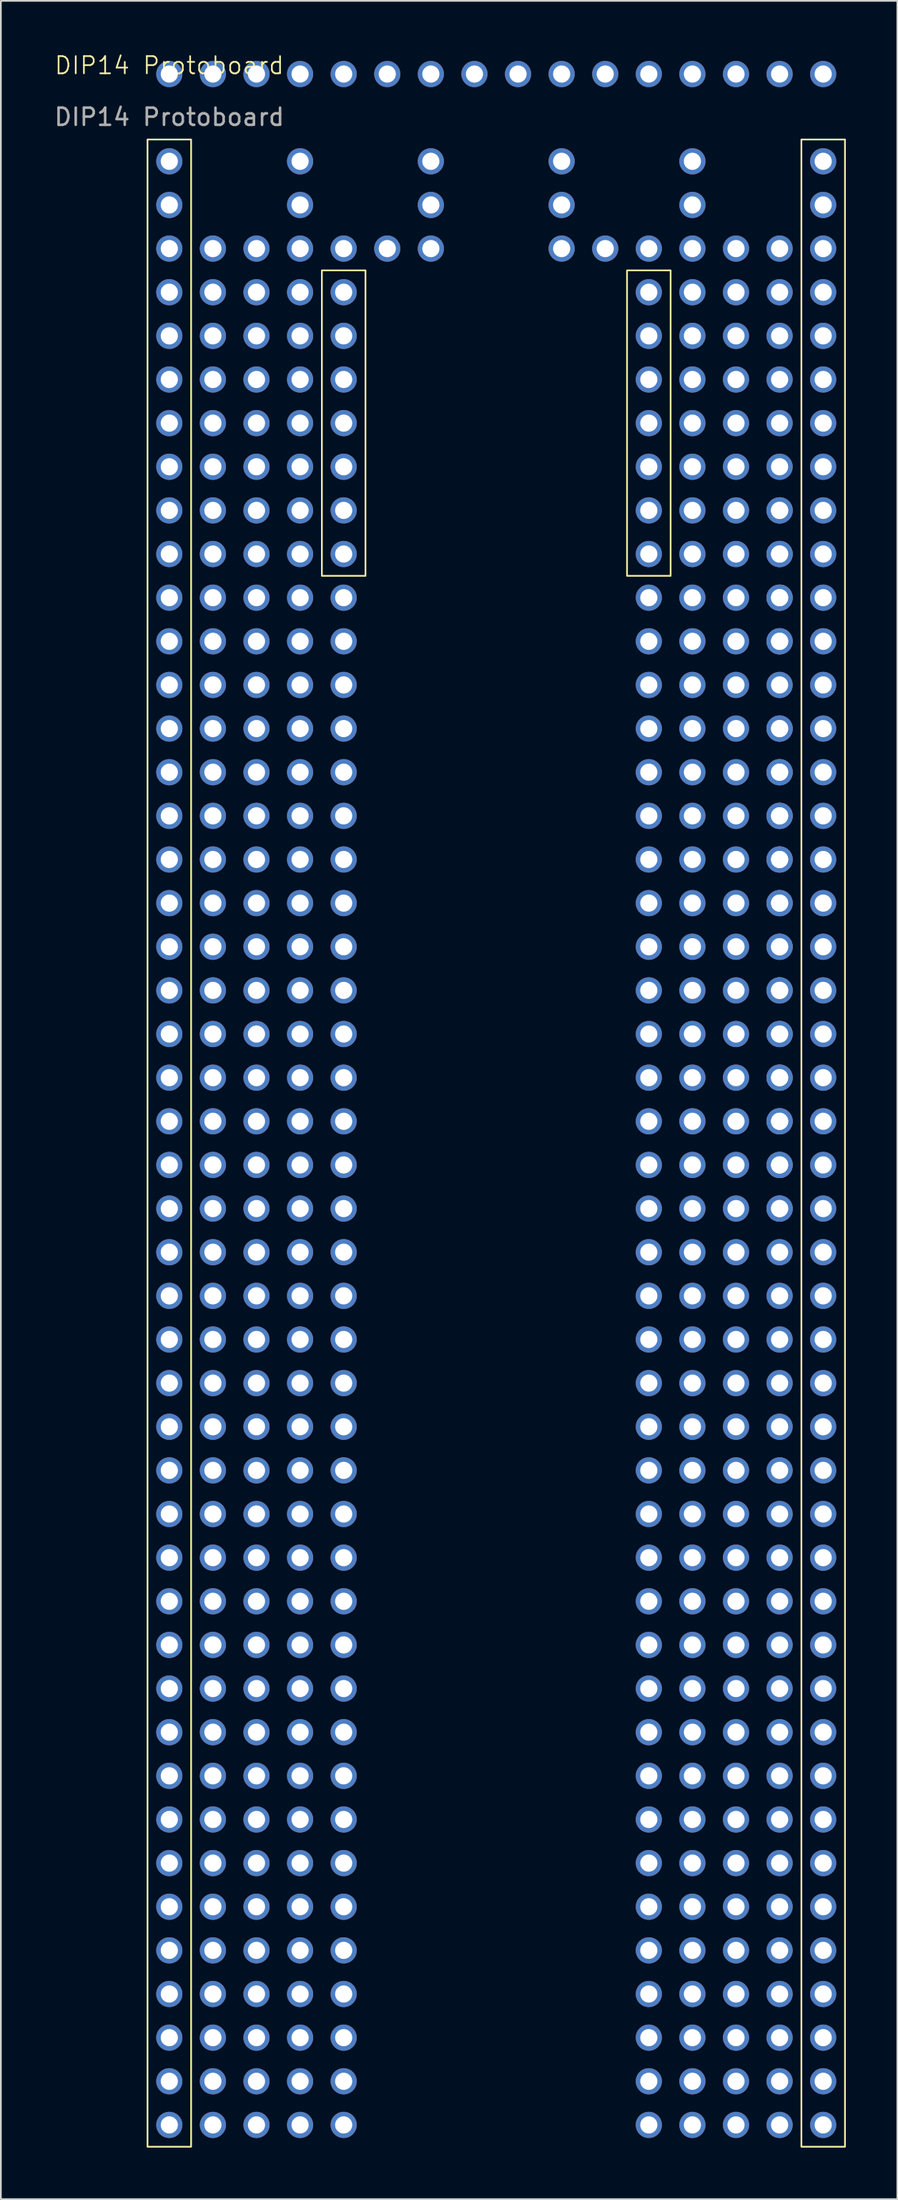
<source format=kicad_pcb>
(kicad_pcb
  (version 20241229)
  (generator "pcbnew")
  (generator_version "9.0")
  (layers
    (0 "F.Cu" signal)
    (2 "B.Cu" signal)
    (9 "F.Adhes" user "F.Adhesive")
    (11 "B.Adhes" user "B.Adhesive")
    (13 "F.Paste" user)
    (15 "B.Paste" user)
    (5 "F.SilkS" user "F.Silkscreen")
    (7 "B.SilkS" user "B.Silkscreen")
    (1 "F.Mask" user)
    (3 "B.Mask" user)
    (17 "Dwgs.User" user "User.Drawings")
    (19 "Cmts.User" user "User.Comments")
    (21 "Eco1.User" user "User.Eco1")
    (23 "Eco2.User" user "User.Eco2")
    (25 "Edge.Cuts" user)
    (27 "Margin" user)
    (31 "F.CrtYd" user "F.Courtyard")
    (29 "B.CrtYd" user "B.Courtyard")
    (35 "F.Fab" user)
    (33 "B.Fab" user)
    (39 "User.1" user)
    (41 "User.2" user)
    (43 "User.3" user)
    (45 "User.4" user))
  (footprint "DIP14 Protoboard"
    (layer "F.Cu")
    (at 6.815 1.26)
    (property "Reference" "DIP14 Protoboard" (at 0 -0.5 0) (unlocked yes) (layer "F.SilkS") (effects (font (size 1 1) (thickness 0.1))))
    (attr through_hole)
    (fp_rect (start -1.27 3.81) (end 1.27 120.65) (stroke (width 0.1) (type default)) (fill no) (layer "F.SilkS"))
    (fp_rect (start 8.89 11.43) (end 11.43 29.21) (stroke (width 0.1) (type default)) (fill no) (layer "F.SilkS"))
    (fp_rect (start 26.67 11.43) (end 29.21 29.21) (stroke (width 0.1) (type default)) (fill no) (layer "F.SilkS"))
    (fp_rect (start 36.83 3.81) (end 39.37 120.65) (stroke (width 0.1) (type default)) (fill no) (layer "F.SilkS"))
    (fp_text user "${REFERENCE}" (at 0 2.5 0) (unlocked yes) (layer "F.Fab") (effects (font (size 1 1) (thickness 0.15))))
    (pad "1" thru_hole circle (at 0 0) (size 1.525 1.525) (drill 1) (layers "*.Cu" "*.Mask"))
    (pad "1" thru_hole circle (at 7.62 109.22) (size 1.525 1.525) (drill 1) (layers "*.Cu" "*.Mask"))
    (pad "1" thru_hole circle (at 27.94 106.68) (size 1.525 1.525) (drill 1) (layers "*.Cu" "*.Mask"))
    (pad "2" thru_hole circle (at 2.54 0) (size 1.525 1.525) (drill 1) (layers "*.Cu" "*.Mask"))
    (pad "2" thru_hole circle (at 7.62 111.76) (size 1.525 1.525) (drill 1) (layers "*.Cu" "*.Mask"))
    (pad "3" thru_hole circle (at 5.08 0) (size 1.525 1.525) (drill 1) (layers "*.Cu" "*.Mask"))
    (pad "3" thru_hole circle (at 7.62 114.3) (size 1.525 1.525) (drill 1) (layers "*.Cu" "*.Mask"))
    (pad "4" thru_hole circle (at 7.62 0) (size 1.525 1.525) (drill 1) (layers "*.Cu" "*.Mask"))
    (pad "4" thru_hole circle (at 7.62 116.84) (size 1.525 1.525) (drill 1) (layers "*.Cu" "*.Mask"))
    (pad "5" thru_hole circle (at 7.62 119.38) (size 1.525 1.525) (drill 1) (layers "*.Cu" "*.Mask"))
    (pad "5" thru_hole circle (at 10.16 0) (size 1.525 1.525) (drill 1) (layers "*.Cu" "*.Mask"))
    (pad "6" thru_hole circle (at 12.7 0) (size 1.525 1.525) (drill 1) (layers "*.Cu" "*.Mask"))
    (pad "6" thru_hole circle (at 27.94 109.22) (size 1.525 1.525) (drill 1) (layers "*.Cu" "*.Mask"))
    (pad "7" thru_hole circle (at 15.24 0) (size 1.525 1.525) (drill 1) (layers "*.Cu" "*.Mask"))
    (pad "7" thru_hole circle (at 30.48 109.22) (size 1.525 1.525) (drill 1) (layers "*.Cu" "*.Mask"))
    (pad "8" thru_hole circle (at 17.78 0) (size 1.525 1.525) (drill 1) (layers "*.Cu" "*.Mask"))
    (pad "8" thru_hole circle (at 33.02 109.22) (size 1.525 1.525) (drill 1) (layers "*.Cu" "*.Mask"))
    (pad "9" thru_hole circle (at 20.32 0) (size 1.525 1.525) (drill 1) (layers "*.Cu" "*.Mask"))
    (pad "9" thru_hole circle (at 35.56 109.22) (size 1.525 1.525) (drill 1) (layers "*.Cu" "*.Mask"))
    (pad "10" thru_hole circle (at 22.86 0) (size 1.525 1.525) (drill 1) (layers "*.Cu" "*.Mask"))
    (pad "10" thru_hole circle (at 38.1 109.22) (size 1.525 1.525) (drill 1) (layers "*.Cu" "*.Mask"))
    (pad "11" thru_hole circle (at 25.4 0) (size 1.525 1.525) (drill 1) (layers "*.Cu" "*.Mask"))
    (pad "11" thru_hole circle (at 27.94 111.76) (size 1.525 1.525) (drill 1) (layers "*.Cu" "*.Mask"))
    (pad "12" thru_hole circle (at 27.94 0) (size 1.525 1.525) (drill 1) (layers "*.Cu" "*.Mask"))
    (pad "12" thru_hole circle (at 30.48 111.76) (size 1.525 1.525) (drill 1) (layers "*.Cu" "*.Mask"))
    (pad "13" thru_hole circle (at 30.48 0) (size 1.525 1.525) (drill 1) (layers "*.Cu" "*.Mask"))
    (pad "13" thru_hole circle (at 33.02 111.76) (size 1.525 1.525) (drill 1) (layers "*.Cu" "*.Mask"))
    (pad "14" thru_hole circle (at 33.02 0) (size 1.525 1.525) (drill 1) (layers "*.Cu" "*.Mask"))
    (pad "14" thru_hole circle (at 35.56 111.76) (size 1.525 1.525) (drill 1) (layers "*.Cu" "*.Mask"))
    (pad "15" thru_hole circle (at 35.56 0) (size 1.525 1.525) (drill 1) (layers "*.Cu" "*.Mask"))
    (pad "15" thru_hole circle (at 38.1 111.76) (size 1.525 1.525) (drill 1) (layers "*.Cu" "*.Mask"))
    (pad "16" thru_hole circle (at 27.94 114.3) (size 1.525 1.525) (drill 1) (layers "*.Cu" "*.Mask"))
    (pad "16" thru_hole circle (at 38.1 0) (size 1.525 1.525) (drill 1) (layers "*.Cu" "*.Mask"))
    (pad "17" thru_hole circle (at 0 5.08) (size 1.525 1.525) (drill 1) (layers "*.Cu" "*.Mask"))
    (pad "17" thru_hole circle (at 30.48 114.3) (size 1.525 1.525) (drill 1) (layers "*.Cu" "*.Mask"))
    (pad "18" thru_hole circle (at 7.62 5.08) (size 1.525 1.525) (drill 1) (layers "*.Cu" "*.Mask"))
    (pad "18" thru_hole circle (at 33.02 114.3) (size 1.525 1.525) (drill 1) (layers "*.Cu" "*.Mask"))
    (pad "19" thru_hole circle (at 15.24 5.08) (size 1.525 1.525) (drill 1) (layers "*.Cu" "*.Mask"))
    (pad "19" thru_hole circle (at 35.56 114.3) (size 1.525 1.525) (drill 1) (layers "*.Cu" "*.Mask"))
    (pad "20" thru_hole circle (at 7.62 58.42) (size 1.525 1.525) (drill 1) (layers "*.Cu" "*.Mask"))
    (pad "20" thru_hole circle (at 22.86 5.08) (size 1.525 1.525) (drill 1) (layers "*.Cu" "*.Mask"))
    (pad "20" thru_hole circle (at 38.1 114.3) (size 1.525 1.525) (drill 1) (layers "*.Cu" "*.Mask"))
    (pad "21" thru_hole circle (at 7.62 60.96) (size 1.525 1.525) (drill 1) (layers "*.Cu" "*.Mask"))
    (pad "21" thru_hole circle (at 27.94 116.84) (size 1.525 1.525) (drill 1) (layers "*.Cu" "*.Mask"))
    (pad "21" thru_hole circle (at 30.48 5.08) (size 1.525 1.525) (drill 1) (layers "*.Cu" "*.Mask"))
    (pad "22" thru_hole circle (at 7.62 63.5) (size 1.525 1.525) (drill 1) (layers "*.Cu" "*.Mask"))
    (pad "22" thru_hole circle (at 30.48 116.84) (size 1.525 1.525) (drill 1) (layers "*.Cu" "*.Mask"))
    (pad "22" thru_hole circle (at 38.1 5.08) (size 1.525 1.525) (drill 1) (layers "*.Cu" "*.Mask"))
    (pad "23" thru_hole circle (at 0 7.62) (size 1.525 1.525) (drill 1) (layers "*.Cu" "*.Mask"))
    (pad "23" thru_hole circle (at 7.62 66.04) (size 1.525 1.525) (drill 1) (layers "*.Cu" "*.Mask"))
    (pad "23" thru_hole circle (at 33.02 116.84) (size 1.525 1.525) (drill 1) (layers "*.Cu" "*.Mask"))
    (pad "24" thru_hole circle (at 7.62 7.62) (size 1.525 1.525) (drill 1) (layers "*.Cu" "*.Mask"))
    (pad "24" thru_hole circle (at 7.62 68.58) (size 1.525 1.525) (drill 1) (layers "*.Cu" "*.Mask"))
    (pad "24" thru_hole circle (at 10.16 58.42) (size 1.525 1.525) (drill 1) (layers "*.Cu" "*.Mask"))
    (pad "24" thru_hole circle (at 35.56 116.84) (size 1.525 1.525) (drill 1) (layers "*.Cu" "*.Mask"))
    (pad "25" thru_hole circle (at 7.62 71.12) (size 1.525 1.525) (drill 1) (layers "*.Cu" "*.Mask"))
    (pad "25" thru_hole circle (at 10.16 60.96) (size 1.525 1.525) (drill 1) (layers "*.Cu" "*.Mask"))
    (pad "25" thru_hole circle (at 15.24 7.62) (size 1.525 1.525) (drill 1) (layers "*.Cu" "*.Mask"))
    (pad "25" thru_hole circle (at 38.1 116.84) (size 1.525 1.525) (drill 1) (layers "*.Cu" "*.Mask"))
    (pad "26" thru_hole circle (at 7.62 73.66) (size 1.525 1.525) (drill 1) (layers "*.Cu" "*.Mask"))
    (pad "26" thru_hole circle (at 10.16 63.5) (size 1.525 1.525) (drill 1) (layers "*.Cu" "*.Mask"))
    (pad "26" thru_hole circle (at 22.86 7.62) (size 1.525 1.525) (drill 1) (layers "*.Cu" "*.Mask"))
    (pad "26" thru_hole circle (at 27.94 119.38) (size 1.525 1.525) (drill 1) (layers "*.Cu" "*.Mask"))
    (pad "27" thru_hole circle (at 7.62 76.2) (size 1.525 1.525) (drill 1) (layers "*.Cu" "*.Mask"))
    (pad "27" thru_hole circle (at 10.16 66.04) (size 1.525 1.525) (drill 1) (layers "*.Cu" "*.Mask"))
    (pad "27" thru_hole circle (at 30.48 7.62) (size 1.525 1.525) (drill 1) (layers "*.Cu" "*.Mask"))
    (pad "27" thru_hole circle (at 30.48 119.38) (size 1.525 1.525) (drill 1) (layers "*.Cu" "*.Mask"))
    (pad "28" thru_hole circle (at 7.62 78.74) (size 1.525 1.525) (drill 1) (layers "*.Cu" "*.Mask"))
    (pad "28" thru_hole circle (at 10.16 68.58) (size 1.525 1.525) (drill 1) (layers "*.Cu" "*.Mask"))
    (pad "28" thru_hole circle (at 33.02 119.38) (size 1.525 1.525) (drill 1) (layers "*.Cu" "*.Mask"))
    (pad "28" thru_hole circle (at 38.1 7.62) (size 1.525 1.525) (drill 1) (layers "*.Cu" "*.Mask"))
    (pad "29" thru_hole circle (at 0 10.16) (size 1.525 1.525) (drill 1) (layers "*.Cu" "*.Mask"))
    (pad "29" thru_hole circle (at 7.62 81.28) (size 1.525 1.525) (drill 1) (layers "*.Cu" "*.Mask"))
    (pad "29" thru_hole circle (at 10.16 71.12) (size 1.525 1.525) (drill 1) (layers "*.Cu" "*.Mask"))
    (pad "29" thru_hole circle (at 35.56 119.38) (size 1.525 1.525) (drill 1) (layers "*.Cu" "*.Mask"))
    (pad "30" thru_hole circle (at 2.54 10.16) (size 1.525 1.525) (drill 1) (layers "*.Cu" "*.Mask"))
    (pad "30" thru_hole circle (at 7.62 83.82) (size 1.525 1.525) (drill 1) (layers "*.Cu" "*.Mask"))
    (pad "30" thru_hole circle (at 10.16 73.66) (size 1.525 1.525) (drill 1) (layers "*.Cu" "*.Mask"))
    (pad "30" thru_hole circle (at 38.1 119.38) (size 1.525 1.525) (drill 1) (layers "*.Cu" "*.Mask"))
    (pad "31" thru_hole circle (at 5.08 10.16) (size 1.525 1.525) (drill 1) (layers "*.Cu" "*.Mask"))
    (pad "31" thru_hole circle (at 7.62 86.36) (size 1.525 1.525) (drill 1) (layers "*.Cu" "*.Mask"))
    (pad "31" thru_hole circle (at 10.16 76.2) (size 1.525 1.525) (drill 1) (layers "*.Cu" "*.Mask"))
    (pad "32" thru_hole circle (at 7.62 10.16) (size 1.525 1.525) (drill 1) (layers "*.Cu" "*.Mask"))
    (pad "32" thru_hole circle (at 7.62 88.9) (size 1.525 1.525) (drill 1) (layers "*.Cu" "*.Mask"))
    (pad "32" thru_hole circle (at 10.16 78.74) (size 1.525 1.525) (drill 1) (layers "*.Cu" "*.Mask"))
    (pad "33" thru_hole circle (at 7.62 91.44) (size 1.525 1.525) (drill 1) (layers "*.Cu" "*.Mask"))
    (pad "33" thru_hole circle (at 10.16 10.16) (size 1.525 1.525) (drill 1) (layers "*.Cu" "*.Mask"))
    (pad "33" thru_hole circle (at 10.16 81.28) (size 1.525 1.525) (drill 1) (layers "*.Cu" "*.Mask"))
    (pad "34" thru_hole circle (at 7.62 93.98) (size 1.525 1.525) (drill 1) (layers "*.Cu" "*.Mask"))
    (pad "34" thru_hole circle (at 10.16 83.82) (size 1.525 1.525) (drill 1) (layers "*.Cu" "*.Mask"))
    (pad "34" thru_hole circle (at 12.7 10.16) (size 1.525 1.525) (drill 1) (layers "*.Cu" "*.Mask"))
    (pad "35" thru_hole circle (at 7.62 96.52) (size 1.525 1.525) (drill 1) (layers "*.Cu" "*.Mask"))
    (pad "35" thru_hole circle (at 10.16 86.36) (size 1.525 1.525) (drill 1) (layers "*.Cu" "*.Mask"))
    (pad "35" thru_hole circle (at 15.24 10.16) (size 1.525 1.525) (drill 1) (layers "*.Cu" "*.Mask"))
    (pad "36" thru_hole circle (at 7.62 99.06) (size 1.525 1.525) (drill 1) (layers "*.Cu" "*.Mask"))
    (pad "36" thru_hole circle (at 10.16 88.9) (size 1.525 1.525) (drill 1) (layers "*.Cu" "*.Mask"))
    (pad "36" thru_hole circle (at 22.86 10.16) (size 1.525 1.525) (drill 1) (layers "*.Cu" "*.Mask"))
    (pad "37" thru_hole circle (at 7.62 101.6) (size 1.525 1.525) (drill 1) (layers "*.Cu" "*.Mask"))
    (pad "37" thru_hole circle (at 10.16 91.44) (size 1.525 1.525) (drill 1) (layers "*.Cu" "*.Mask"))
    (pad "37" thru_hole circle (at 25.4 10.16) (size 1.525 1.525) (drill 1) (layers "*.Cu" "*.Mask"))
    (pad "38" thru_hole circle (at 7.62 104.14) (size 1.525 1.525) (drill 1) (layers "*.Cu" "*.Mask"))
    (pad "38" thru_hole circle (at 10.16 93.98) (size 1.525 1.525) (drill 1) (layers "*.Cu" "*.Mask"))
    (pad "38" thru_hole circle (at 27.94 10.16) (size 1.525 1.525) (drill 1) (layers "*.Cu" "*.Mask"))
    (pad "39" thru_hole circle (at 7.62 106.68) (size 1.525 1.525) (drill 1) (layers "*.Cu" "*.Mask"))
    (pad "39" thru_hole circle (at 10.16 96.52) (size 1.525 1.525) (drill 1) (layers "*.Cu" "*.Mask"))
    (pad "39" thru_hole circle (at 30.48 10.16) (size 1.525 1.525) (drill 1) (layers "*.Cu" "*.Mask"))
    (pad "39" thru_hole circle (at 35.56 58.42) (size 1.525 1.525) (drill 1) (layers "*.Cu" "*.Mask"))
    (pad "40" thru_hole circle (at 10.16 99.06) (size 1.525 1.525) (drill 1) (layers "*.Cu" "*.Mask"))
    (pad "40" thru_hole circle (at 33.02 10.16) (size 1.525 1.525) (drill 1) (layers "*.Cu" "*.Mask"))
    (pad "40" thru_hole circle (at 38.1 58.42) (size 1.525 1.525) (drill 1) (layers "*.Cu" "*.Mask"))
    (pad "41" thru_hole circle (at 10.16 101.6) (size 1.525 1.525) (drill 1) (layers "*.Cu" "*.Mask"))
    (pad "41" thru_hole circle (at 35.56 10.16) (size 1.525 1.525) (drill 1) (layers "*.Cu" "*.Mask"))
    (pad "41" thru_hole circle (at 35.56 60.96) (size 1.525 1.525) (drill 1) (layers "*.Cu" "*.Mask"))
    (pad "42" thru_hole circle (at 10.16 104.14) (size 1.525 1.525) (drill 1) (layers "*.Cu" "*.Mask"))
    (pad "42" thru_hole circle (at 38.1 10.16) (size 1.525 1.525) (drill 1) (layers "*.Cu" "*.Mask"))
    (pad "42" thru_hole circle (at 38.1 60.96) (size 1.525 1.525) (drill 1) (layers "*.Cu" "*.Mask"))
    (pad "43" thru_hole circle (at 0 12.7) (size 1.525 1.525) (drill 1) (layers "*.Cu" "*.Mask"))
    (pad "43" thru_hole circle (at 10.16 106.68) (size 1.525 1.525) (drill 1) (layers "*.Cu" "*.Mask"))
    (pad "43" thru_hole circle (at 35.56 63.5) (size 1.525 1.525) (drill 1) (layers "*.Cu" "*.Mask"))
    (pad "44" thru_hole circle (at 2.54 12.7) (size 1.525 1.525) (drill 1) (layers "*.Cu" "*.Mask"))
    (pad "44" thru_hole circle (at 10.16 109.22) (size 1.525 1.525) (drill 1) (layers "*.Cu" "*.Mask"))
    (pad "44" thru_hole circle (at 38.1 63.5) (size 1.525 1.525) (drill 1) (layers "*.Cu" "*.Mask"))
    (pad "45" thru_hole circle (at 5.08 12.7) (size 1.525 1.525) (drill 1) (layers "*.Cu" "*.Mask"))
    (pad "45" thru_hole circle (at 10.16 111.76) (size 1.525 1.525) (drill 1) (layers "*.Cu" "*.Mask"))
    (pad "45" thru_hole circle (at 35.56 66.04) (size 1.525 1.525) (drill 1) (layers "*.Cu" "*.Mask"))
    (pad "46" thru_hole circle (at 7.62 12.7) (size 1.525 1.525) (drill 1) (layers "*.Cu" "*.Mask"))
    (pad "46" thru_hole circle (at 10.16 114.3) (size 1.525 1.525) (drill 1) (layers "*.Cu" "*.Mask"))
    (pad "46" thru_hole circle (at 38.1 66.04) (size 1.525 1.525) (drill 1) (layers "*.Cu" "*.Mask"))
    (pad "47" thru_hole circle (at 10.16 12.7) (size 1.525 1.525) (drill 1) (layers "*.Cu" "*.Mask"))
    (pad "47" thru_hole circle (at 10.16 116.84) (size 1.525 1.525) (drill 1) (layers "*.Cu" "*.Mask"))
    (pad "48" thru_hole circle (at 10.16 119.38) (size 1.525 1.525) (drill 1) (layers "*.Cu" "*.Mask"))
    (pad "48" thru_hole circle (at 27.94 12.7) (size 1.525 1.525) (drill 1) (layers "*.Cu" "*.Mask"))
    (pad "48" thru_hole circle (at 38.1 68.58) (size 1.525 1.525) (drill 1) (layers "*.Cu" "*.Mask"))
    (pad "49" thru_hole circle (at 30.48 12.7) (size 1.525 1.525) (drill 1) (layers "*.Cu" "*.Mask"))
    (pad "50" thru_hole circle (at 33.02 12.7) (size 1.525 1.525) (drill 1) (layers "*.Cu" "*.Mask"))
    (pad "50" thru_hole circle (at 38.1 71.12) (size 1.525 1.525) (drill 1) (layers "*.Cu" "*.Mask"))
    (pad "51" thru_hole circle (at 35.56 12.7) (size 1.525 1.525) (drill 1) (layers "*.Cu" "*.Mask"))
    (pad "52" thru_hole circle (at 38.1 12.7) (size 1.525 1.525) (drill 1) (layers "*.Cu" "*.Mask"))
    (pad "52" thru_hole circle (at 38.1 73.66) (size 1.525 1.525) (drill 1) (layers "*.Cu" "*.Mask"))
    (pad "53" thru_hole circle (at 0 15.24) (size 1.525 1.525) (drill 1) (layers "*.Cu" "*.Mask"))
    (pad "54" thru_hole circle (at 2.54 15.24) (size 1.525 1.525) (drill 1) (layers "*.Cu" "*.Mask"))
    (pad "54" thru_hole circle (at 38.1 76.2) (size 1.525 1.525) (drill 1) (layers "*.Cu" "*.Mask"))
    (pad "55" thru_hole circle (at 5.08 15.24) (size 1.525 1.525) (drill 1) (layers "*.Cu" "*.Mask"))
    (pad "56" thru_hole circle (at 7.62 15.24) (size 1.525 1.525) (drill 1) (layers "*.Cu" "*.Mask"))
    (pad "56" thru_hole circle (at 38.1 78.74) (size 1.525 1.525) (drill 1) (layers "*.Cu" "*.Mask"))
    (pad "57" thru_hole circle (at 10.16 15.24) (size 1.525 1.525) (drill 1) (layers "*.Cu" "*.Mask"))
    (pad "58" thru_hole circle (at 27.94 15.24) (size 1.525 1.525) (drill 1) (layers "*.Cu" "*.Mask"))
    (pad "58" thru_hole circle (at 38.1 81.28) (size 1.525 1.525) (drill 1) (layers "*.Cu" "*.Mask"))
    (pad "59" thru_hole circle (at 30.48 15.24) (size 1.525 1.525) (drill 1) (layers "*.Cu" "*.Mask"))
    (pad "60" thru_hole circle (at 33.02 15.24) (size 1.525 1.525) (drill 1) (layers "*.Cu" "*.Mask"))
    (pad "60" thru_hole circle (at 38.1 83.82) (size 1.525 1.525) (drill 1) (layers "*.Cu" "*.Mask"))
    (pad "61" thru_hole circle (at 35.56 15.24) (size 1.525 1.525) (drill 1) (layers "*.Cu" "*.Mask"))
    (pad "62" thru_hole circle (at 38.1 15.24) (size 1.525 1.525) (drill 1) (layers "*.Cu" "*.Mask"))
    (pad "62" thru_hole circle (at 38.1 86.36) (size 1.525 1.525) (drill 1) (layers "*.Cu" "*.Mask"))
    (pad "63" thru_hole circle (at 0 17.78) (size 1.525 1.525) (drill 1) (layers "*.Cu" "*.Mask"))
    (pad "64" thru_hole circle (at 2.54 17.78) (size 1.525 1.525) (drill 1) (layers "*.Cu" "*.Mask"))
    (pad "64" thru_hole circle (at 38.1 88.9) (size 1.525 1.525) (drill 1) (layers "*.Cu" "*.Mask"))
    (pad "65" thru_hole circle (at 5.08 17.78) (size 1.525 1.525) (drill 1) (layers "*.Cu" "*.Mask"))
    (pad "66" thru_hole circle (at 7.62 17.78) (size 1.525 1.525) (drill 1) (layers "*.Cu" "*.Mask"))
    (pad "66" thru_hole circle (at 38.1 91.44) (size 1.525 1.525) (drill 1) (layers "*.Cu" "*.Mask"))
    (pad "67" thru_hole circle (at 10.16 17.78) (size 1.525 1.525) (drill 1) (layers "*.Cu" "*.Mask"))
    (pad "68" thru_hole circle (at 27.94 17.78) (size 1.525 1.525) (drill 1) (layers "*.Cu" "*.Mask"))
    (pad "68" thru_hole circle (at 38.1 93.98) (size 1.525 1.525) (drill 1) (layers "*.Cu" "*.Mask"))
    (pad "69" thru_hole circle (at 30.48 17.78) (size 1.525 1.525) (drill 1) (layers "*.Cu" "*.Mask"))
    (pad "70" thru_hole circle (at 0 58.42) (size 1.525 1.525) (drill 1) (layers "*.Cu" "*.Mask"))
    (pad "70" thru_hole circle (at 33.02 17.78) (size 1.525 1.525) (drill 1) (layers "*.Cu" "*.Mask"))
    (pad "70" thru_hole circle (at 38.1 96.52) (size 1.525 1.525) (drill 1) (layers "*.Cu" "*.Mask"))
    (pad "71" thru_hole circle (at 2.54 58.42) (size 1.525 1.525) (drill 1) (layers "*.Cu" "*.Mask"))
    (pad "71" thru_hole circle (at 35.56 17.78) (size 1.525 1.525) (drill 1) (layers "*.Cu" "*.Mask"))
    (pad "72" thru_hole circle (at 5.08 58.42) (size 1.525 1.525) (drill 1) (layers "*.Cu" "*.Mask"))
    (pad "72" thru_hole circle (at 38.1 17.78) (size 1.525 1.525) (drill 1) (layers "*.Cu" "*.Mask"))
    (pad "72" thru_hole circle (at 38.1 99.06) (size 1.525 1.525) (drill 1) (layers "*.Cu" "*.Mask"))
    (pad "73" thru_hole circle (at 0 20.32) (size 1.525 1.525) (drill 1) (layers "*.Cu" "*.Mask"))
    (pad "73" thru_hole circle (at 0 60.96) (size 1.525 1.525) (drill 1) (layers "*.Cu" "*.Mask"))
    (pad "74" thru_hole circle (at 2.54 20.32) (size 1.525 1.525) (drill 1) (layers "*.Cu" "*.Mask"))
    (pad "74" thru_hole circle (at 2.54 60.96) (size 1.525 1.525) (drill 1) (layers "*.Cu" "*.Mask"))
    (pad "74" thru_hole circle (at 38.1 101.6) (size 1.525 1.525) (drill 1) (layers "*.Cu" "*.Mask"))
    (pad "75" thru_hole circle (at 5.08 20.32) (size 1.525 1.525) (drill 1) (layers "*.Cu" "*.Mask"))
    (pad "75" thru_hole circle (at 5.08 60.96) (size 1.525 1.525) (drill 1) (layers "*.Cu" "*.Mask"))
    (pad "76" thru_hole circle (at 0 63.5) (size 1.525 1.525) (drill 1) (layers "*.Cu" "*.Mask"))
    (pad "76" thru_hole circle (at 7.62 20.32) (size 1.525 1.525) (drill 1) (layers "*.Cu" "*.Mask"))
    (pad "76" thru_hole circle (at 38.1 104.14) (size 1.525 1.525) (drill 1) (layers "*.Cu" "*.Mask"))
    (pad "77" thru_hole circle (at 2.54 63.5) (size 1.525 1.525) (drill 1) (layers "*.Cu" "*.Mask"))
    (pad "77" thru_hole circle (at 10.16 20.32) (size 1.525 1.525) (drill 1) (layers "*.Cu" "*.Mask"))
    (pad "78" thru_hole circle (at 5.08 63.5) (size 1.525 1.525) (drill 1) (layers "*.Cu" "*.Mask"))
    (pad "78" thru_hole circle (at 27.94 20.32) (size 1.525 1.525) (drill 1) (layers "*.Cu" "*.Mask"))
    (pad "78" thru_hole circle (at 38.1 106.68) (size 1.525 1.525) (drill 1) (layers "*.Cu" "*.Mask"))
    (pad "79" thru_hole circle (at 0 66.04) (size 1.525 1.525) (drill 1) (layers "*.Cu" "*.Mask"))
    (pad "79" thru_hole circle (at 30.48 20.32) (size 1.525 1.525) (drill 1) (layers "*.Cu" "*.Mask"))
    (pad "80" thru_hole circle (at 2.54 66.04) (size 1.525 1.525) (drill 1) (layers "*.Cu" "*.Mask"))
    (pad "80" thru_hole circle (at 33.02 20.32) (size 1.525 1.525) (drill 1) (layers "*.Cu" "*.Mask"))
    (pad "81" thru_hole circle (at 5.08 66.04) (size 1.525 1.525) (drill 1) (layers "*.Cu" "*.Mask"))
    (pad "81" thru_hole circle (at 27.94 58.42) (size 1.525 1.525) (drill 1) (layers "*.Cu" "*.Mask"))
    (pad "81" thru_hole circle (at 35.56 20.32) (size 1.525 1.525) (drill 1) (layers "*.Cu" "*.Mask"))
    (pad "82" thru_hole circle (at 0 68.58) (size 1.525 1.525) (drill 1) (layers "*.Cu" "*.Mask"))
    (pad "82" thru_hole circle (at 30.48 58.42) (size 1.525 1.525) (drill 1) (layers "*.Cu" "*.Mask"))
    (pad "82" thru_hole circle (at 38.1 20.32) (size 1.525 1.525) (drill 1) (layers "*.Cu" "*.Mask"))
    (pad "83" thru_hole circle (at 0 22.86) (size 1.525 1.525) (drill 1) (layers "*.Cu" "*.Mask"))
    (pad "83" thru_hole circle (at 2.54 68.58) (size 1.525 1.525) (drill 1) (layers "*.Cu" "*.Mask"))
    (pad "83" thru_hole circle (at 33.02 58.42) (size 1.525 1.525) (drill 1) (layers "*.Cu" "*.Mask"))
    (pad "84" thru_hole circle (at 2.54 22.86) (size 1.525 1.525) (drill 1) (layers "*.Cu" "*.Mask"))
    (pad "84" thru_hole circle (at 5.08 68.58) (size 1.525 1.525) (drill 1) (layers "*.Cu" "*.Mask"))
    (pad "84" thru_hole circle (at 35.56 58.42) (size 1.525 1.525) (drill 1) (layers "*.Cu" "*.Mask"))
    (pad "85" thru_hole circle (at 0 71.12) (size 1.525 1.525) (drill 1) (layers "*.Cu" "*.Mask"))
    (pad "85" thru_hole circle (at 5.08 22.86) (size 1.525 1.525) (drill 1) (layers "*.Cu" "*.Mask"))
    (pad "85" thru_hole circle (at 27.94 60.96) (size 1.525 1.525) (drill 1) (layers "*.Cu" "*.Mask"))
    (pad "86" thru_hole circle (at 2.54 71.12) (size 1.525 1.525) (drill 1) (layers "*.Cu" "*.Mask"))
    (pad "86" thru_hole circle (at 7.62 22.86) (size 1.525 1.525) (drill 1) (layers "*.Cu" "*.Mask"))
    (pad "86" thru_hole circle (at 30.48 60.96) (size 1.525 1.525) (drill 1) (layers "*.Cu" "*.Mask"))
    (pad "87" thru_hole circle (at 5.08 71.12) (size 1.525 1.525) (drill 1) (layers "*.Cu" "*.Mask"))
    (pad "87" thru_hole circle (at 10.16 22.86) (size 1.525 1.525) (drill 1) (layers "*.Cu" "*.Mask"))
    (pad "87" thru_hole circle (at 33.02 60.96) (size 1.525 1.525) (drill 1) (layers "*.Cu" "*.Mask"))
    (pad "88" thru_hole circle (at 0 73.66) (size 1.525 1.525) (drill 1) (layers "*.Cu" "*.Mask"))
    (pad "88" thru_hole circle (at 27.94 22.86) (size 1.525 1.525) (drill 1) (layers "*.Cu" "*.Mask"))
    (pad "88" thru_hole circle (at 35.56 60.96) (size 1.525 1.525) (drill 1) (layers "*.Cu" "*.Mask"))
    (pad "89" thru_hole circle (at 2.54 73.66) (size 1.525 1.525) (drill 1) (layers "*.Cu" "*.Mask"))
    (pad "89" thru_hole circle (at 27.94 63.5) (size 1.525 1.525) (drill 1) (layers "*.Cu" "*.Mask"))
    (pad "89" thru_hole circle (at 30.48 22.86) (size 1.525 1.525) (drill 1) (layers "*.Cu" "*.Mask"))
    (pad "90" thru_hole circle (at 5.08 73.66) (size 1.525 1.525) (drill 1) (layers "*.Cu" "*.Mask"))
    (pad "90" thru_hole circle (at 30.48 63.5) (size 1.525 1.525) (drill 1) (layers "*.Cu" "*.Mask"))
    (pad "90" thru_hole circle (at 33.02 22.86) (size 1.525 1.525) (drill 1) (layers "*.Cu" "*.Mask"))
    (pad "91" thru_hole circle (at 0 76.2) (size 1.525 1.525) (drill 1) (layers "*.Cu" "*.Mask"))
    (pad "91" thru_hole circle (at 33.02 63.5) (size 1.525 1.525) (drill 1) (layers "*.Cu" "*.Mask"))
    (pad "91" thru_hole circle (at 35.56 22.86) (size 1.525 1.525) (drill 1) (layers "*.Cu" "*.Mask"))
    (pad "92" thru_hole circle (at 2.54 76.2) (size 1.525 1.525) (drill 1) (layers "*.Cu" "*.Mask"))
    (pad "92" thru_hole circle (at 35.56 63.5) (size 1.525 1.525) (drill 1) (layers "*.Cu" "*.Mask"))
    (pad "92" thru_hole circle (at 38.1 22.86) (size 1.525 1.525) (drill 1) (layers "*.Cu" "*.Mask"))
    (pad "93" thru_hole circle (at 0 25.4) (size 1.525 1.525) (drill 1) (layers "*.Cu" "*.Mask"))
    (pad "93" thru_hole circle (at 5.08 76.2) (size 1.525 1.525) (drill 1) (layers "*.Cu" "*.Mask"))
    (pad "93" thru_hole circle (at 27.94 66.04) (size 1.525 1.525) (drill 1) (layers "*.Cu" "*.Mask"))
    (pad "94" thru_hole circle (at 0 78.74) (size 1.525 1.525) (drill 1) (layers "*.Cu" "*.Mask"))
    (pad "94" thru_hole circle (at 2.54 25.4) (size 1.525 1.525) (drill 1) (layers "*.Cu" "*.Mask"))
    (pad "94" thru_hole circle (at 30.48 66.04) (size 1.525 1.525) (drill 1) (layers "*.Cu" "*.Mask"))
    (pad "95" thru_hole circle (at 2.54 78.74) (size 1.525 1.525) (drill 1) (layers "*.Cu" "*.Mask"))
    (pad "95" thru_hole circle (at 5.08 25.4) (size 1.525 1.525) (drill 1) (layers "*.Cu" "*.Mask"))
    (pad "95" thru_hole circle (at 33.02 66.04) (size 1.525 1.525) (drill 1) (layers "*.Cu" "*.Mask"))
    (pad "96" thru_hole circle (at 5.08 78.74) (size 1.525 1.525) (drill 1) (layers "*.Cu" "*.Mask"))
    (pad "96" thru_hole circle (at 7.62 25.4) (size 1.525 1.525) (drill 1) (layers "*.Cu" "*.Mask"))
    (pad "96" thru_hole circle (at 35.56 66.04) (size 1.525 1.525) (drill 1) (layers "*.Cu" "*.Mask"))
    (pad "97" thru_hole circle (at 0 81.28) (size 1.525 1.525) (drill 1) (layers "*.Cu" "*.Mask"))
    (pad "97" thru_hole circle (at 10.16 25.4) (size 1.525 1.525) (drill 1) (layers "*.Cu" "*.Mask"))
    (pad "97" thru_hole circle (at 27.94 68.58) (size 1.525 1.525) (drill 1) (layers "*.Cu" "*.Mask"))
    (pad "98" thru_hole circle (at 2.54 81.28) (size 1.525 1.525) (drill 1) (layers "*.Cu" "*.Mask"))
    (pad "98" thru_hole circle (at 27.94 25.4) (size 1.525 1.525) (drill 1) (layers "*.Cu" "*.Mask"))
    (pad "98" thru_hole circle (at 30.48 68.58) (size 1.525 1.525) (drill 1) (layers "*.Cu" "*.Mask"))
    (pad "99" thru_hole circle (at 5.08 81.28) (size 1.525 1.525) (drill 1) (layers "*.Cu" "*.Mask"))
    (pad "99" thru_hole circle (at 30.48 25.4) (size 1.525 1.525) (drill 1) (layers "*.Cu" "*.Mask"))
    (pad "99" thru_hole circle (at 33.02 68.58) (size 1.525 1.525) (drill 1) (layers "*.Cu" "*.Mask"))
    (pad "100" thru_hole circle (at 0 83.82) (size 1.525 1.525) (drill 1) (layers "*.Cu" "*.Mask"))
    (pad "100" thru_hole circle (at 33.02 25.4) (size 1.525 1.525) (drill 1) (layers "*.Cu" "*.Mask"))
    (pad "100" thru_hole circle (at 35.56 68.58) (size 1.525 1.525) (drill 1) (layers "*.Cu" "*.Mask"))
    (pad "101" thru_hole circle (at 2.54 83.82) (size 1.525 1.525) (drill 1) (layers "*.Cu" "*.Mask"))
    (pad "101" thru_hole circle (at 27.94 71.12) (size 1.525 1.525) (drill 1) (layers "*.Cu" "*.Mask"))
    (pad "101" thru_hole circle (at 35.56 25.4) (size 1.525 1.525) (drill 1) (layers "*.Cu" "*.Mask"))
    (pad "102" thru_hole circle (at 5.08 83.82) (size 1.525 1.525) (drill 1) (layers "*.Cu" "*.Mask"))
    (pad "102" thru_hole circle (at 30.48 71.12) (size 1.525 1.525) (drill 1) (layers "*.Cu" "*.Mask"))
    (pad "102" thru_hole circle (at 35.56 25.4) (size 1.525 1.525) (drill 1) (layers "*.Cu" "*.Mask"))
    (pad "103" thru_hole circle (at 0 86.36) (size 1.525 1.525) (drill 1) (layers "*.Cu" "*.Mask"))
    (pad "103" thru_hole circle (at 33.02 71.12) (size 1.525 1.525) (drill 1) (layers "*.Cu" "*.Mask"))
    (pad "103" thru_hole circle (at 38.1 25.4) (size 1.525 1.525) (drill 1) (layers "*.Cu" "*.Mask"))
    (pad "104" thru_hole circle (at 0 27.94) (size 1.525 1.525) (drill 1) (layers "*.Cu" "*.Mask"))
    (pad "104" thru_hole circle (at 2.54 86.36) (size 1.525 1.525) (drill 1) (layers "*.Cu" "*.Mask"))
    (pad "104" thru_hole circle (at 35.56 71.12) (size 1.525 1.525) (drill 1) (layers "*.Cu" "*.Mask"))
    (pad "105" thru_hole circle (at 2.54 27.94) (size 1.525 1.525) (drill 1) (layers "*.Cu" "*.Mask"))
    (pad "105" thru_hole circle (at 5.08 86.36) (size 1.525 1.525) (drill 1) (layers "*.Cu" "*.Mask"))
    (pad "105" thru_hole circle (at 27.94 73.66) (size 1.525 1.525) (drill 1) (layers "*.Cu" "*.Mask"))
    (pad "106" thru_hole circle (at 0 88.9) (size 1.525 1.525) (drill 1) (layers "*.Cu" "*.Mask"))
    (pad "106" thru_hole circle (at 5.08 27.94) (size 1.525 1.525) (drill 1) (layers "*.Cu" "*.Mask"))
    (pad "106" thru_hole circle (at 30.48 73.66) (size 1.525 1.525) (drill 1) (layers "*.Cu" "*.Mask"))
    (pad "107" thru_hole circle (at 2.54 88.9) (size 1.525 1.525) (drill 1) (layers "*.Cu" "*.Mask"))
    (pad "107" thru_hole circle (at 7.62 27.94) (size 1.525 1.525) (drill 1) (layers "*.Cu" "*.Mask"))
    (pad "107" thru_hole circle (at 33.02 73.66) (size 1.525 1.525) (drill 1) (layers "*.Cu" "*.Mask"))
    (pad "108" thru_hole circle (at 5.08 88.9) (size 1.525 1.525) (drill 1) (layers "*.Cu" "*.Mask"))
    (pad "108" thru_hole circle (at 10.16 27.94) (size 1.525 1.525) (drill 1) (layers "*.Cu" "*.Mask"))
    (pad "108" thru_hole circle (at 35.56 73.66) (size 1.525 1.525) (drill 1) (layers "*.Cu" "*.Mask"))
    (pad "109" thru_hole circle (at 0 91.44) (size 1.525 1.525) (drill 1) (layers "*.Cu" "*.Mask"))
    (pad "109" thru_hole circle (at 27.94 27.94) (size 1.525 1.525) (drill 1) (layers "*.Cu" "*.Mask"))
    (pad "109" thru_hole circle (at 27.94 76.2) (size 1.525 1.525) (drill 1) (layers "*.Cu" "*.Mask"))
    (pad "110" thru_hole circle (at 2.54 91.44) (size 1.525 1.525) (drill 1) (layers "*.Cu" "*.Mask"))
    (pad "110" thru_hole circle (at 30.48 27.94) (size 1.525 1.525) (drill 1) (layers "*.Cu" "*.Mask"))
    (pad "110" thru_hole circle (at 30.48 76.2) (size 1.525 1.525) (drill 1) (layers "*.Cu" "*.Mask"))
    (pad "111" thru_hole circle (at 5.08 91.44) (size 1.525 1.525) (drill 1) (layers "*.Cu" "*.Mask"))
    (pad "111" thru_hole circle (at 33.02 27.94) (size 1.525 1.525) (drill 1) (layers "*.Cu" "*.Mask"))
    (pad "111" thru_hole circle (at 33.02 76.2) (size 1.525 1.525) (drill 1) (layers "*.Cu" "*.Mask"))
    (pad "112" thru_hole circle (at 0 93.98) (size 1.525 1.525) (drill 1) (layers "*.Cu" "*.Mask"))
    (pad "112" thru_hole circle (at 35.56 27.94) (size 1.525 1.525) (drill 1) (layers "*.Cu" "*.Mask"))
    (pad "112" thru_hole circle (at 35.56 76.2) (size 1.525 1.525) (drill 1) (layers "*.Cu" "*.Mask"))
    (pad "113" thru_hole circle (at 2.54 93.98) (size 1.525 1.525) (drill 1) (layers "*.Cu" "*.Mask"))
    (pad "113" thru_hole circle (at 27.94 78.74) (size 1.525 1.525) (drill 1) (layers "*.Cu" "*.Mask"))
    (pad "113" thru_hole circle (at 35.56 27.94) (size 1.525 1.525) (drill 1) (layers "*.Cu" "*.Mask"))
    (pad "114" thru_hole circle (at 5.08 93.98) (size 1.525 1.525) (drill 1) (layers "*.Cu" "*.Mask"))
    (pad "114" thru_hole circle (at 30.48 78.74) (size 1.525 1.525) (drill 1) (layers "*.Cu" "*.Mask"))
    (pad "114" thru_hole circle (at 38.1 27.94) (size 1.525 1.525) (drill 1) (layers "*.Cu" "*.Mask"))
    (pad "115" thru_hole circle (at 0 30.48) (size 1.525 1.525) (drill 1) (layers "*.Cu" "*.Mask"))
    (pad "115" thru_hole circle (at 0 96.52) (size 1.525 1.525) (drill 1) (layers "*.Cu" "*.Mask"))
    (pad "115" thru_hole circle (at 33.02 78.74) (size 1.525 1.525) (drill 1) (layers "*.Cu" "*.Mask"))
    (pad "116" thru_hole circle (at 2.54 30.48) (size 1.525 1.525) (drill 1) (layers "*.Cu" "*.Mask"))
    (pad "116" thru_hole circle (at 2.54 96.52) (size 1.525 1.525) (drill 1) (layers "*.Cu" "*.Mask"))
    (pad "116" thru_hole circle (at 35.56 78.74) (size 1.525 1.525) (drill 1) (layers "*.Cu" "*.Mask"))
    (pad "117" thru_hole circle (at 5.08 30.48) (size 1.525 1.525) (drill 1) (layers "*.Cu" "*.Mask"))
    (pad "117" thru_hole circle (at 5.08 96.52) (size 1.525 1.525) (drill 1) (layers "*.Cu" "*.Mask"))
    (pad "117" thru_hole circle (at 27.94 81.28) (size 1.525 1.525) (drill 1) (layers "*.Cu" "*.Mask"))
    (pad "118" thru_hole circle (at 0 99.06) (size 1.525 1.525) (drill 1) (layers "*.Cu" "*.Mask"))
    (pad "118" thru_hole circle (at 7.62 30.48) (size 1.525 1.525) (drill 1) (layers "*.Cu" "*.Mask"))
    (pad "118" thru_hole circle (at 30.48 81.28) (size 1.525 1.525) (drill 1) (layers "*.Cu" "*.Mask"))
    (pad "119" thru_hole circle (at 2.54 99.06) (size 1.525 1.525) (drill 1) (layers "*.Cu" "*.Mask"))
    (pad "119" thru_hole circle (at 10.16 30.48) (size 1.525 1.525) (drill 1) (layers "*.Cu" "*.Mask"))
    (pad "119" thru_hole circle (at 33.02 81.28) (size 1.525 1.525) (drill 1) (layers "*.Cu" "*.Mask"))
    (pad "120" thru_hole circle (at 5.08 99.06) (size 1.525 1.525) (drill 1) (layers "*.Cu" "*.Mask"))
    (pad "120" thru_hole circle (at 27.94 30.48) (size 1.525 1.525) (drill 1) (layers "*.Cu" "*.Mask"))
    (pad "120" thru_hole circle (at 35.56 81.28) (size 1.525 1.525) (drill 1) (layers "*.Cu" "*.Mask"))
    (pad "121" thru_hole circle (at 0 101.6) (size 1.525 1.525) (drill 1) (layers "*.Cu" "*.Mask"))
    (pad "121" thru_hole circle (at 27.94 83.82) (size 1.525 1.525) (drill 1) (layers "*.Cu" "*.Mask"))
    (pad "121" thru_hole circle (at 30.48 30.48) (size 1.525 1.525) (drill 1) (layers "*.Cu" "*.Mask"))
    (pad "122" thru_hole circle (at 2.54 101.6) (size 1.525 1.525) (drill 1) (layers "*.Cu" "*.Mask"))
    (pad "122" thru_hole circle (at 30.48 83.82) (size 1.525 1.525) (drill 1) (layers "*.Cu" "*.Mask"))
    (pad "122" thru_hole circle (at 33.02 30.48) (size 1.525 1.525) (drill 1) (layers "*.Cu" "*.Mask"))
    (pad "123" thru_hole circle (at 5.08 101.6) (size 1.525 1.525) (drill 1) (layers "*.Cu" "*.Mask"))
    (pad "123" thru_hole circle (at 33.02 83.82) (size 1.525 1.525) (drill 1) (layers "*.Cu" "*.Mask"))
    (pad "123" thru_hole circle (at 35.56 30.48) (size 1.525 1.525) (drill 1) (layers "*.Cu" "*.Mask"))
    (pad "124" thru_hole circle (at 0 104.14) (size 1.525 1.525) (drill 1) (layers "*.Cu" "*.Mask"))
    (pad "124" thru_hole circle (at 35.56 30.48) (size 1.525 1.525) (drill 1) (layers "*.Cu" "*.Mask"))
    (pad "124" thru_hole circle (at 35.56 83.82) (size 1.525 1.525) (drill 1) (layers "*.Cu" "*.Mask"))
    (pad "125" thru_hole circle (at 2.54 104.14) (size 1.525 1.525) (drill 1) (layers "*.Cu" "*.Mask"))
    (pad "125" thru_hole circle (at 27.94 86.36) (size 1.525 1.525) (drill 1) (layers "*.Cu" "*.Mask"))
    (pad "125" thru_hole circle (at 38.1 30.48) (size 1.525 1.525) (drill 1) (layers "*.Cu" "*.Mask"))
    (pad "126" thru_hole circle (at 0 33.02) (size 1.525 1.525) (drill 1) (layers "*.Cu" "*.Mask"))
    (pad "126" thru_hole circle (at 5.08 104.14) (size 1.525 1.525) (drill 1) (layers "*.Cu" "*.Mask"))
    (pad "126" thru_hole circle (at 30.48 86.36) (size 1.525 1.525) (drill 1) (layers "*.Cu" "*.Mask"))
    (pad "127" thru_hole circle (at 0 106.68) (size 1.525 1.525) (drill 1) (layers "*.Cu" "*.Mask"))
    (pad "127" thru_hole circle (at 2.54 33.02) (size 1.525 1.525) (drill 1) (layers "*.Cu" "*.Mask"))
    (pad "127" thru_hole circle (at 33.02 86.36) (size 1.525 1.525) (drill 1) (layers "*.Cu" "*.Mask"))
    (pad "128" thru_hole circle (at 2.54 106.68) (size 1.525 1.525) (drill 1) (layers "*.Cu" "*.Mask"))
    (pad "128" thru_hole circle (at 5.08 33.02) (size 1.525 1.525) (drill 1) (layers "*.Cu" "*.Mask"))
    (pad "128" thru_hole circle (at 35.56 86.36) (size 1.525 1.525) (drill 1) (layers "*.Cu" "*.Mask"))
    (pad "129" thru_hole circle (at 5.08 106.68) (size 1.525 1.525) (drill 1) (layers "*.Cu" "*.Mask"))
    (pad "129" thru_hole circle (at 7.62 33.02) (size 1.525 1.525) (drill 1) (layers "*.Cu" "*.Mask"))
    (pad "129" thru_hole circle (at 27.94 88.9) (size 1.525 1.525) (drill 1) (layers "*.Cu" "*.Mask"))
    (pad "130" thru_hole circle (at 0 109.22) (size 1.525 1.525) (drill 1) (layers "*.Cu" "*.Mask"))
    (pad "130" thru_hole circle (at 10.16 33.02) (size 1.525 1.525) (drill 1) (layers "*.Cu" "*.Mask"))
    (pad "130" thru_hole circle (at 30.48 88.9) (size 1.525 1.525) (drill 1) (layers "*.Cu" "*.Mask"))
    (pad "131" thru_hole circle (at 2.54 109.22) (size 1.525 1.525) (drill 1) (layers "*.Cu" "*.Mask"))
    (pad "131" thru_hole circle (at 27.94 33.02) (size 1.525 1.525) (drill 1) (layers "*.Cu" "*.Mask"))
    (pad "131" thru_hole circle (at 33.02 88.9) (size 1.525 1.525) (drill 1) (layers "*.Cu" "*.Mask"))
    (pad "132" thru_hole circle (at 5.08 109.22) (size 1.525 1.525) (drill 1) (layers "*.Cu" "*.Mask"))
    (pad "132" thru_hole circle (at 30.48 33.02) (size 1.525 1.525) (drill 1) (layers "*.Cu" "*.Mask"))
    (pad "132" thru_hole circle (at 35.56 88.9) (size 1.525 1.525) (drill 1) (layers "*.Cu" "*.Mask"))
    (pad "133" thru_hole circle (at 0 111.76) (size 1.525 1.525) (drill 1) (layers "*.Cu" "*.Mask"))
    (pad "133" thru_hole circle (at 27.94 91.44) (size 1.525 1.525) (drill 1) (layers "*.Cu" "*.Mask"))
    (pad "133" thru_hole circle (at 33.02 33.02) (size 1.525 1.525) (drill 1) (layers "*.Cu" "*.Mask"))
    (pad "134" thru_hole circle (at 2.54 111.76) (size 1.525 1.525) (drill 1) (layers "*.Cu" "*.Mask"))
    (pad "134" thru_hole circle (at 30.48 91.44) (size 1.525 1.525) (drill 1) (layers "*.Cu" "*.Mask"))
    (pad "134" thru_hole circle (at 35.56 33.02) (size 1.525 1.525) (drill 1) (layers "*.Cu" "*.Mask"))
    (pad "135" thru_hole circle (at 5.08 111.76) (size 1.525 1.525) (drill 1) (layers "*.Cu" "*.Mask"))
    (pad "135" thru_hole circle (at 33.02 91.44) (size 1.525 1.525) (drill 1) (layers "*.Cu" "*.Mask"))
    (pad "135" thru_hole circle (at 35.56 33.02) (size 1.525 1.525) (drill 1) (layers "*.Cu" "*.Mask"))
    (pad "136" thru_hole circle (at 0 114.3) (size 1.525 1.525) (drill 1) (layers "*.Cu" "*.Mask"))
    (pad "136" thru_hole circle (at 35.56 91.44) (size 1.525 1.525) (drill 1) (layers "*.Cu" "*.Mask"))
    (pad "136" thru_hole circle (at 38.1 33.02) (size 1.525 1.525) (drill 1) (layers "*.Cu" "*.Mask"))
    (pad "137" thru_hole circle (at 0 35.56) (size 1.525 1.525) (drill 1) (layers "*.Cu" "*.Mask"))
    (pad "137" thru_hole circle (at 2.54 114.3) (size 1.525 1.525) (drill 1) (layers "*.Cu" "*.Mask"))
    (pad "137" thru_hole circle (at 27.94 93.98) (size 1.525 1.525) (drill 1) (layers "*.Cu" "*.Mask"))
    (pad "138" thru_hole circle (at 2.54 35.56) (size 1.525 1.525) (drill 1) (layers "*.Cu" "*.Mask"))
    (pad "138" thru_hole circle (at 5.08 114.3) (size 1.525 1.525) (drill 1) (layers "*.Cu" "*.Mask"))
    (pad "138" thru_hole circle (at 30.48 93.98) (size 1.525 1.525) (drill 1) (layers "*.Cu" "*.Mask"))
    (pad "139" thru_hole circle (at 0 116.84) (size 1.525 1.525) (drill 1) (layers "*.Cu" "*.Mask"))
    (pad "139" thru_hole circle (at 5.08 35.56) (size 1.525 1.525) (drill 1) (layers "*.Cu" "*.Mask"))
    (pad "139" thru_hole circle (at 33.02 93.98) (size 1.525 1.525) (drill 1) (layers "*.Cu" "*.Mask"))
    (pad "140" thru_hole circle (at 2.54 116.84) (size 1.525 1.525) (drill 1) (layers "*.Cu" "*.Mask"))
    (pad "140" thru_hole circle (at 7.62 35.56) (size 1.525 1.525) (drill 1) (layers "*.Cu" "*.Mask"))
    (pad "140" thru_hole circle (at 35.56 93.98) (size 1.525 1.525) (drill 1) (layers "*.Cu" "*.Mask"))
    (pad "141" thru_hole circle (at 5.08 116.84) (size 1.525 1.525) (drill 1) (layers "*.Cu" "*.Mask"))
    (pad "141" thru_hole circle (at 10.16 35.56) (size 1.525 1.525) (drill 1) (layers "*.Cu" "*.Mask"))
    (pad "141" thru_hole circle (at 27.94 96.52) (size 1.525 1.525) (drill 1) (layers "*.Cu" "*.Mask"))
    (pad "142" thru_hole circle (at 0 119.38) (size 1.525 1.525) (drill 1) (layers "*.Cu" "*.Mask"))
    (pad "142" thru_hole circle (at 27.94 35.56) (size 1.525 1.525) (drill 1) (layers "*.Cu" "*.Mask"))
    (pad "142" thru_hole circle (at 30.48 96.52) (size 1.525 1.525) (drill 1) (layers "*.Cu" "*.Mask"))
    (pad "143" thru_hole circle (at 2.54 119.38) (size 1.525 1.525) (drill 1) (layers "*.Cu" "*.Mask"))
    (pad "143" thru_hole circle (at 30.48 35.56) (size 1.525 1.525) (drill 1) (layers "*.Cu" "*.Mask"))
    (pad "143" thru_hole circle (at 33.02 96.52) (size 1.525 1.525) (drill 1) (layers "*.Cu" "*.Mask"))
    (pad "144" thru_hole circle (at 5.08 119.38) (size 1.525 1.525) (drill 1) (layers "*.Cu" "*.Mask"))
    (pad "144" thru_hole circle (at 33.02 35.56) (size 1.525 1.525) (drill 1) (layers "*.Cu" "*.Mask"))
    (pad "144" thru_hole circle (at 35.56 96.52) (size 1.525 1.525) (drill 1) (layers "*.Cu" "*.Mask"))
    (pad "145" thru_hole circle (at 27.94 99.06) (size 1.525 1.525) (drill 1) (layers "*.Cu" "*.Mask"))
    (pad "145" thru_hole circle (at 35.56 35.56) (size 1.525 1.525) (drill 1) (layers "*.Cu" "*.Mask"))
    (pad "146" thru_hole circle (at 30.48 99.06) (size 1.525 1.525) (drill 1) (layers "*.Cu" "*.Mask"))
    (pad "146" thru_hole circle (at 38.1 35.56) (size 1.525 1.525) (drill 1) (layers "*.Cu" "*.Mask"))
    (pad "147" thru_hole circle (at 0 38.1) (size 1.525 1.525) (drill 1) (layers "*.Cu" "*.Mask"))
    (pad "147" thru_hole circle (at 33.02 99.06) (size 1.525 1.525) (drill 1) (layers "*.Cu" "*.Mask"))
    (pad "148" thru_hole circle (at 2.54 38.1) (size 1.525 1.525) (drill 1) (layers "*.Cu" "*.Mask"))
    (pad "148" thru_hole circle (at 35.56 99.06) (size 1.525 1.525) (drill 1) (layers "*.Cu" "*.Mask"))
    (pad "149" thru_hole circle (at 5.08 38.1) (size 1.525 1.525) (drill 1) (layers "*.Cu" "*.Mask"))
    (pad "149" thru_hole circle (at 27.94 101.6) (size 1.525 1.525) (drill 1) (layers "*.Cu" "*.Mask"))
    (pad "150" thru_hole circle (at 7.62 38.1) (size 1.525 1.525) (drill 1) (layers "*.Cu" "*.Mask"))
    (pad "150" thru_hole circle (at 30.48 101.6) (size 1.525 1.525) (drill 1) (layers "*.Cu" "*.Mask"))
    (pad "151" thru_hole circle (at 10.16 38.1) (size 1.525 1.525) (drill 1) (layers "*.Cu" "*.Mask"))
    (pad "151" thru_hole circle (at 33.02 101.6) (size 1.525 1.525) (drill 1) (layers "*.Cu" "*.Mask"))
    (pad "152" thru_hole circle (at 27.94 38.1) (size 1.525 1.525) (drill 1) (layers "*.Cu" "*.Mask"))
    (pad "152" thru_hole circle (at 35.56 101.6) (size 1.525 1.525) (drill 1) (layers "*.Cu" "*.Mask"))
    (pad "153" thru_hole circle (at 27.94 104.14) (size 1.525 1.525) (drill 1) (layers "*.Cu" "*.Mask"))
    (pad "153" thru_hole circle (at 30.48 38.1) (size 1.525 1.525) (drill 1) (layers "*.Cu" "*.Mask"))
    (pad "154" thru_hole circle (at 30.48 104.14) (size 1.525 1.525) (drill 1) (layers "*.Cu" "*.Mask"))
    (pad "154" thru_hole circle (at 33.02 38.1) (size 1.525 1.525) (drill 1) (layers "*.Cu" "*.Mask"))
    (pad "155" thru_hole circle (at 33.02 104.14) (size 1.525 1.525) (drill 1) (layers "*.Cu" "*.Mask"))
    (pad "155" thru_hole circle (at 35.56 38.1) (size 1.525 1.525) (drill 1) (layers "*.Cu" "*.Mask"))
    (pad "156" thru_hole circle (at 35.56 38.1) (size 1.525 1.525) (drill 1) (layers "*.Cu" "*.Mask"))
    (pad "156" thru_hole circle (at 35.56 104.14) (size 1.525 1.525) (drill 1) (layers "*.Cu" "*.Mask"))
    (pad "157" thru_hole circle (at 38.1 38.1) (size 1.525 1.525) (drill 1) (layers "*.Cu" "*.Mask"))
    (pad "158" thru_hole circle (at 0 40.64) (size 1.525 1.525) (drill 1) (layers "*.Cu" "*.Mask"))
    (pad "158" thru_hole circle (at 30.48 106.68) (size 1.525 1.525) (drill 1) (layers "*.Cu" "*.Mask"))
    (pad "159" thru_hole circle (at 2.54 40.64) (size 1.525 1.525) (drill 1) (layers "*.Cu" "*.Mask"))
    (pad "159" thru_hole circle (at 33.02 106.68) (size 1.525 1.525) (drill 1) (layers "*.Cu" "*.Mask"))
    (pad "160" thru_hole circle (at 5.08 40.64) (size 1.525 1.525) (drill 1) (layers "*.Cu" "*.Mask"))
    (pad "160" thru_hole circle (at 35.56 106.68) (size 1.525 1.525) (drill 1) (layers "*.Cu" "*.Mask"))
    (pad "161" thru_hole circle (at 7.62 40.64) (size 1.525 1.525) (drill 1) (layers "*.Cu" "*.Mask"))
    (pad "162" thru_hole circle (at 10.16 40.64) (size 1.525 1.525) (drill 1) (layers "*.Cu" "*.Mask"))
    (pad "163" thru_hole circle (at 27.94 40.64) (size 1.525 1.525) (drill 1) (layers "*.Cu" "*.Mask"))
    (pad "164" thru_hole circle (at 30.48 40.64) (size 1.525 1.525) (drill 1) (layers "*.Cu" "*.Mask"))
    (pad "165" thru_hole circle (at 33.02 40.64) (size 1.525 1.525) (drill 1) (layers "*.Cu" "*.Mask"))
    (pad "166" thru_hole circle (at 35.56 40.64) (size 1.525 1.525) (drill 1) (layers "*.Cu" "*.Mask"))
    (pad "167" thru_hole circle (at 35.56 40.64) (size 1.525 1.525) (drill 1) (layers "*.Cu" "*.Mask"))
    (pad "168" thru_hole circle (at 38.1 40.64) (size 1.525 1.525) (drill 1) (layers "*.Cu" "*.Mask"))
    (pad "169" thru_hole circle (at 0 43.18) (size 1.525 1.525) (drill 1) (layers "*.Cu" "*.Mask"))
    (pad "170" thru_hole circle (at 2.54 43.18) (size 1.525 1.525) (drill 1) (layers "*.Cu" "*.Mask"))
    (pad "171" thru_hole circle (at 5.08 43.18) (size 1.525 1.525) (drill 1) (layers "*.Cu" "*.Mask"))
    (pad "172" thru_hole circle (at 7.62 43.18) (size 1.525 1.525) (drill 1) (layers "*.Cu" "*.Mask"))
    (pad "173" thru_hole circle (at 10.16 43.18) (size 1.525 1.525) (drill 1) (layers "*.Cu" "*.Mask"))
    (pad "174" thru_hole circle (at 27.94 43.18) (size 1.525 1.525) (drill 1) (layers "*.Cu" "*.Mask"))
    (pad "175" thru_hole circle (at 30.48 43.18) (size 1.525 1.525) (drill 1) (layers "*.Cu" "*.Mask"))
    (pad "176" thru_hole circle (at 33.02 43.18) (size 1.525 1.525) (drill 1) (layers "*.Cu" "*.Mask"))
    (pad "177" thru_hole circle (at 35.56 43.18) (size 1.525 1.525) (drill 1) (layers "*.Cu" "*.Mask"))
    (pad "178" thru_hole circle (at 35.56 43.18) (size 1.525 1.525) (drill 1) (layers "*.Cu" "*.Mask"))
    (pad "179" thru_hole circle (at 38.1 43.18) (size 1.525 1.525) (drill 1) (layers "*.Cu" "*.Mask"))
    (pad "180" thru_hole circle (at 0 45.72) (size 1.525 1.525) (drill 1) (layers "*.Cu" "*.Mask"))
    (pad "181" thru_hole circle (at 2.54 45.72) (size 1.525 1.525) (drill 1) (layers "*.Cu" "*.Mask"))
    (pad "182" thru_hole circle (at 5.08 45.72) (size 1.525 1.525) (drill 1) (layers "*.Cu" "*.Mask"))
    (pad "183" thru_hole circle (at 7.62 45.72) (size 1.525 1.525) (drill 1) (layers "*.Cu" "*.Mask"))
    (pad "184" thru_hole circle (at 10.16 45.72) (size 1.525 1.525) (drill 1) (layers "*.Cu" "*.Mask"))
    (pad "185" thru_hole circle (at 27.94 45.72) (size 1.525 1.525) (drill 1) (layers "*.Cu" "*.Mask"))
    (pad "186" thru_hole circle (at 30.48 45.72) (size 1.525 1.525) (drill 1) (layers "*.Cu" "*.Mask"))
    (pad "187" thru_hole circle (at 33.02 45.72) (size 1.525 1.525) (drill 1) (layers "*.Cu" "*.Mask"))
    (pad "188" thru_hole circle (at 35.56 45.72) (size 1.525 1.525) (drill 1) (layers "*.Cu" "*.Mask"))
    (pad "189" thru_hole circle (at 35.56 45.72) (size 1.525 1.525) (drill 1) (layers "*.Cu" "*.Mask"))
    (pad "190" thru_hole circle (at 38.1 45.72) (size 1.525 1.525) (drill 1) (layers "*.Cu" "*.Mask"))
    (pad "191" thru_hole circle (at 0 48.26) (size 1.525 1.525) (drill 1) (layers "*.Cu" "*.Mask"))
    (pad "192" thru_hole circle (at 2.54 48.26) (size 1.525 1.525) (drill 1) (layers "*.Cu" "*.Mask"))
    (pad "193" thru_hole circle (at 5.08 48.26) (size 1.525 1.525) (drill 1) (layers "*.Cu" "*.Mask"))
    (pad "194" thru_hole circle (at 7.62 48.26) (size 1.525 1.525) (drill 1) (layers "*.Cu" "*.Mask"))
    (pad "195" thru_hole circle (at 10.16 48.26) (size 1.525 1.525) (drill 1) (layers "*.Cu" "*.Mask"))
    (pad "196" thru_hole circle (at 27.94 48.26) (size 1.525 1.525) (drill 1) (layers "*.Cu" "*.Mask"))
    (pad "197" thru_hole circle (at 30.48 48.26) (size 1.525 1.525) (drill 1) (layers "*.Cu" "*.Mask"))
    (pad "198" thru_hole circle (at 33.02 48.26) (size 1.525 1.525) (drill 1) (layers "*.Cu" "*.Mask"))
    (pad "199" thru_hole circle (at 35.56 48.26) (size 1.525 1.525) (drill 1) (layers "*.Cu" "*.Mask"))
    (pad "200" thru_hole circle (at 35.56 48.26) (size 1.525 1.525) (drill 1) (layers "*.Cu" "*.Mask"))
    (pad "201" thru_hole circle (at 38.1 48.26) (size 1.525 1.525) (drill 1) (layers "*.Cu" "*.Mask"))
    (pad "202" thru_hole circle (at 0 50.8) (size 1.525 1.525) (drill 1) (layers "*.Cu" "*.Mask"))
    (pad "203" thru_hole circle (at 2.54 50.8) (size 1.525 1.525) (drill 1) (layers "*.Cu" "*.Mask"))
    (pad "204" thru_hole circle (at 5.08 50.8) (size 1.525 1.525) (drill 1) (layers "*.Cu" "*.Mask"))
    (pad "205" thru_hole circle (at 7.62 50.8) (size 1.525 1.525) (drill 1) (layers "*.Cu" "*.Mask"))
    (pad "206" thru_hole circle (at 10.16 50.8) (size 1.525 1.525) (drill 1) (layers "*.Cu" "*.Mask"))
    (pad "207" thru_hole circle (at 27.94 50.8) (size 1.525 1.525) (drill 1) (layers "*.Cu" "*.Mask"))
    (pad "208" thru_hole circle (at 30.48 50.8) (size 1.525 1.525) (drill 1) (layers "*.Cu" "*.Mask"))
    (pad "209" thru_hole circle (at 33.02 50.8) (size 1.525 1.525) (drill 1) (layers "*.Cu" "*.Mask"))
    (pad "210" thru_hole circle (at 35.56 50.8) (size 1.525 1.525) (drill 1) (layers "*.Cu" "*.Mask"))
    (pad "211" thru_hole circle (at 35.56 50.8) (size 1.525 1.525) (drill 1) (layers "*.Cu" "*.Mask"))
    (pad "212" thru_hole circle (at 38.1 50.8) (size 1.525 1.525) (drill 1) (layers "*.Cu" "*.Mask"))
    (pad "213" thru_hole circle (at 0 53.34) (size 1.525 1.525) (drill 1) (layers "*.Cu" "*.Mask"))
    (pad "214" thru_hole circle (at 2.54 53.34) (size 1.525 1.525) (drill 1) (layers "*.Cu" "*.Mask"))
    (pad "215" thru_hole circle (at 5.08 53.34) (size 1.525 1.525) (drill 1) (layers "*.Cu" "*.Mask"))
    (pad "216" thru_hole circle (at 7.62 53.34) (size 1.525 1.525) (drill 1) (layers "*.Cu" "*.Mask"))
    (pad "217" thru_hole circle (at 10.16 53.34) (size 1.525 1.525) (drill 1) (layers "*.Cu" "*.Mask"))
    (pad "218" thru_hole circle (at 27.94 53.34) (size 1.525 1.525) (drill 1) (layers "*.Cu" "*.Mask"))
    (pad "219" thru_hole circle (at 30.48 53.34) (size 1.525 1.525) (drill 1) (layers "*.Cu" "*.Mask"))
    (pad "220" thru_hole circle (at 33.02 53.34) (size 1.525 1.525) (drill 1) (layers "*.Cu" "*.Mask"))
    (pad "221" thru_hole circle (at 35.56 53.34) (size 1.525 1.525) (drill 1) (layers "*.Cu" "*.Mask"))
    (pad "222" thru_hole circle (at 35.56 53.34) (size 1.525 1.525) (drill 1) (layers "*.Cu" "*.Mask"))
    (pad "223" thru_hole circle (at 0 55.88) (size 1.525 1.525) (drill 1) (layers "*.Cu" "*.Mask"))
    (pad "223" thru_hole circle (at 38.1 53.34) (size 1.525 1.525) (drill 1) (layers "*.Cu" "*.Mask"))
    (pad "224" thru_hole circle (at 2.54 55.88) (size 1.525 1.525) (drill 1) (layers "*.Cu" "*.Mask"))
    (pad "225" thru_hole circle (at 5.08 55.88) (size 1.525 1.525) (drill 1) (layers "*.Cu" "*.Mask"))
    (pad "226" thru_hole circle (at 7.62 55.88) (size 1.525 1.525) (drill 1) (layers "*.Cu" "*.Mask"))
    (pad "227" thru_hole circle (at 10.16 55.88) (size 1.525 1.525) (drill 1) (layers "*.Cu" "*.Mask"))
    (pad "228" thru_hole circle (at 27.94 55.88) (size 1.525 1.525) (drill 1) (layers "*.Cu" "*.Mask"))
    (pad "229" thru_hole circle (at 30.48 55.88) (size 1.525 1.525) (drill 1) (layers "*.Cu" "*.Mask"))
    (pad "230" thru_hole circle (at 33.02 55.88) (size 1.525 1.525) (drill 1) (layers "*.Cu" "*.Mask"))
    (pad "231" thru_hole circle (at 35.56 55.88) (size 1.525 1.525) (drill 1) (layers "*.Cu" "*.Mask"))
    (pad "232" thru_hole circle (at 35.56 55.88) (size 1.525 1.525) (drill 1) (layers "*.Cu" "*.Mask"))
    (pad "233" thru_hole circle (at 38.1 55.88) (size 1.525 1.525) (drill 1) (layers "*.Cu" "*.Mask")))
  (gr_rect
    (start -3 -3)
    (end 49.235 124.96)
    (stroke (width 0.1) (type default))
    (fill no)
    (layer "Edge.Cuts")))
</source>
